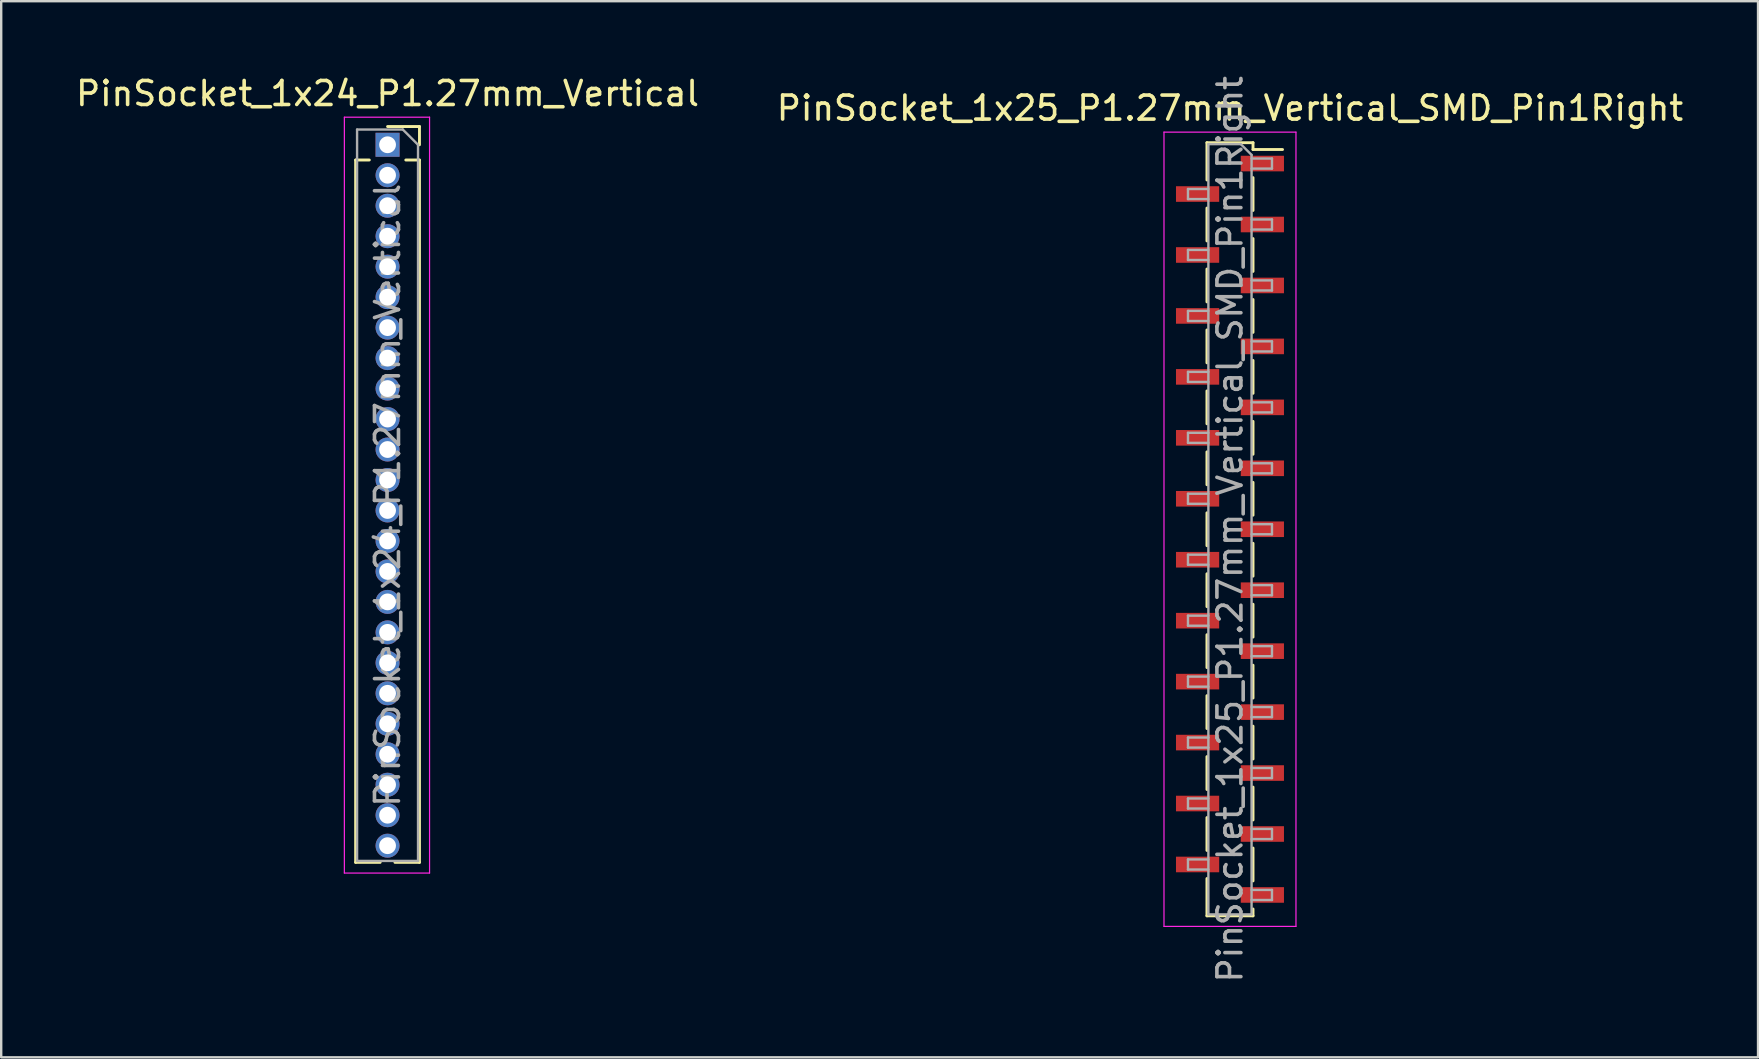
<source format=kicad_pcb>
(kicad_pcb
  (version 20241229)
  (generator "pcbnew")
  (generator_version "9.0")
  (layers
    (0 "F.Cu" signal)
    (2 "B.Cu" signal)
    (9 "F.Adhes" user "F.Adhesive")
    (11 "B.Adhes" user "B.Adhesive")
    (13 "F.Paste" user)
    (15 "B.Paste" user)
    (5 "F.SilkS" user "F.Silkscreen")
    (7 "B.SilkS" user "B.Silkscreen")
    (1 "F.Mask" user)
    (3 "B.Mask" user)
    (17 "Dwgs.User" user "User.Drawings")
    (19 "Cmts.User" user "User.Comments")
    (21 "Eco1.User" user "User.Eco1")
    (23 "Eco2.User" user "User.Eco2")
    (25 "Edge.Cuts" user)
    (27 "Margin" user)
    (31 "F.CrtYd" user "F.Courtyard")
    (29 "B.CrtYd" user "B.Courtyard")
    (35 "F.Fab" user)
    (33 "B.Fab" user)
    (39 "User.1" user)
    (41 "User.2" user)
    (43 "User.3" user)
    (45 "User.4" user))
  (footprint "PinSocket_1x24_P1.27mm_Vertical"
    (layer "F.Cu")
    (at 13.101 2.983)
    (property "Reference" "PinSocket_1x24_P1.27mm_Vertical" (at 0 -2.135 0) (layer "F.SilkS") (effects (font (size 1 1) (thickness 0.15))))
    (attr through_hole)
    (fp_line (start -1.33 0.635) (end -1.33 29.905) (stroke (width 0.12) (type solid)) (layer "F.SilkS"))
    (fp_line (start -1.33 0.635) (end -0.76 0.635) (stroke (width 0.12) (type solid)) (layer "F.SilkS"))
    (fp_line (start -1.33 29.905) (end -0.308 29.905) (stroke (width 0.12) (type solid)) (layer "F.SilkS"))
    (fp_line (start 0 -0.76) (end 1.33 -0.76) (stroke (width 0.12) (type solid)) (layer "F.SilkS"))
    (fp_line (start 0.308 29.905) (end 1.33 29.905) (stroke (width 0.12) (type solid)) (layer "F.SilkS"))
    (fp_line (start 0.76 0.635) (end 1.33 0.635) (stroke (width 0.12) (type solid)) (layer "F.SilkS"))
    (fp_line (start 1.33 -0.76) (end 1.33 0) (stroke (width 0.12) (type solid)) (layer "F.SilkS"))
    (fp_line (start 1.33 0.635) (end 1.33 29.905) (stroke (width 0.12) (type solid)) (layer "F.SilkS"))
    (fp_line (start -1.8 -1.15) (end 1.75 -1.15) (stroke (width 0.05) (type solid)) (layer "F.CrtYd"))
    (fp_line (start -1.8 30.35) (end -1.8 -1.15) (stroke (width 0.05) (type solid)) (layer "F.CrtYd"))
    (fp_line (start 1.75 -1.15) (end 1.75 30.35) (stroke (width 0.05) (type solid)) (layer "F.CrtYd"))
    (fp_line (start 1.75 30.35) (end -1.8 30.35) (stroke (width 0.05) (type solid)) (layer "F.CrtYd"))
    (fp_line (start -1.27 -0.635) (end 0.635 -0.635) (stroke (width 0.1) (type solid)) (layer "F.Fab"))
    (fp_line (start -1.27 29.845) (end -1.27 -0.635) (stroke (width 0.1) (type solid)) (layer "F.Fab"))
    (fp_line (start 0.635 -0.635) (end 1.27 0) (stroke (width 0.1) (type solid)) (layer "F.Fab"))
    (fp_line (start 1.27 0) (end 1.27 29.845) (stroke (width 0.1) (type solid)) (layer "F.Fab"))
    (fp_line (start 1.27 29.845) (end -1.27 29.845) (stroke (width 0.1) (type solid)) (layer "F.Fab"))
    (fp_text user "${REFERENCE}" (at 0 14.605 90) (layer "F.Fab") (effects (font (size 1 1) (thickness 0.15))))
    (pad "1" thru_hole rect (at 0 0) (size 1 1) (drill 0.7) (layers "*.Cu" "*.Mask"))
    (pad "2" thru_hole oval (at 0 1.27) (size 1 1) (drill 0.7) (layers "*.Cu" "*.Mask"))
    (pad "3" thru_hole oval (at 0 2.54) (size 1 1) (drill 0.7) (layers "*.Cu" "*.Mask"))
    (pad "4" thru_hole oval (at 0 3.81) (size 1 1) (drill 0.7) (layers "*.Cu" "*.Mask"))
    (pad "5" thru_hole oval (at 0 5.08) (size 1 1) (drill 0.7) (layers "*.Cu" "*.Mask"))
    (pad "6" thru_hole oval (at 0 6.35) (size 1 1) (drill 0.7) (layers "*.Cu" "*.Mask"))
    (pad "7" thru_hole oval (at 0 7.62) (size 1 1) (drill 0.7) (layers "*.Cu" "*.Mask"))
    (pad "8" thru_hole oval (at 0 8.89) (size 1 1) (drill 0.7) (layers "*.Cu" "*.Mask"))
    (pad "9" thru_hole oval (at 0 10.16) (size 1 1) (drill 0.7) (layers "*.Cu" "*.Mask"))
    (pad "10" thru_hole oval (at 0 11.43) (size 1 1) (drill 0.7) (layers "*.Cu" "*.Mask"))
    (pad "11" thru_hole oval (at 0 12.7) (size 1 1) (drill 0.7) (layers "*.Cu" "*.Mask"))
    (pad "12" thru_hole oval (at 0 13.97) (size 1 1) (drill 0.7) (layers "*.Cu" "*.Mask"))
    (pad "13" thru_hole oval (at 0 15.24) (size 1 1) (drill 0.7) (layers "*.Cu" "*.Mask"))
    (pad "14" thru_hole oval (at 0 16.51) (size 1 1) (drill 0.7) (layers "*.Cu" "*.Mask"))
    (pad "15" thru_hole oval (at 0 17.78) (size 1 1) (drill 0.7) (layers "*.Cu" "*.Mask"))
    (pad "16" thru_hole oval (at 0 19.05) (size 1 1) (drill 0.7) (layers "*.Cu" "*.Mask"))
    (pad "17" thru_hole oval (at 0 20.32) (size 1 1) (drill 0.7) (layers "*.Cu" "*.Mask"))
    (pad "18" thru_hole oval (at 0 21.59) (size 1 1) (drill 0.7) (layers "*.Cu" "*.Mask"))
    (pad "19" thru_hole oval (at 0 22.86) (size 1 1) (drill 0.7) (layers "*.Cu" "*.Mask"))
    (pad "20" thru_hole oval (at 0 24.13) (size 1 1) (drill 0.7) (layers "*.Cu" "*.Mask"))
    (pad "21" thru_hole oval (at 0 25.4) (size 1 1) (drill 0.7) (layers "*.Cu" "*.Mask"))
    (pad "22" thru_hole oval (at 0 26.67) (size 1 1) (drill 0.7) (layers "*.Cu" "*.Mask"))
    (pad "23" thru_hole oval (at 0 27.94) (size 1 1) (drill 0.7) (layers "*.Cu" "*.Mask"))
    (pad "24" thru_hole oval (at 0 29.21) (size 1 1) (drill 0.7) (layers "*.Cu" "*.Mask")))
  (footprint "PinSocket_1x25_P1.27mm_Vertical_SMD_Pin1Right"
    (layer "F.Cu")
    (at 48.208 19.006)
    (property "Reference" "PinSocket_1x25_P1.27mm_Vertical_SMD_Pin1Right" (at 0 -17.55 0) (layer "F.SilkS") (effects (font (size 1 1) (thickness 0.15))))
    (attr smd)
    (fp_line (start -0.96 -16.11) (end -0.96 -14.555) (stroke (width 0.12) (type solid)) (layer "F.SilkS"))
    (fp_line (start -0.96 -16.11) (end 0.96 -16.11) (stroke (width 0.12) (type solid)) (layer "F.SilkS"))
    (fp_line (start -0.96 -13.385) (end -0.96 -12.015) (stroke (width 0.12) (type solid)) (layer "F.SilkS"))
    (fp_line (start -0.96 -10.845) (end -0.96 -9.475) (stroke (width 0.12) (type solid)) (layer "F.SilkS"))
    (fp_line (start -0.96 -8.305) (end -0.96 -6.935) (stroke (width 0.12) (type solid)) (layer "F.SilkS"))
    (fp_line (start -0.96 -5.765) (end -0.96 -4.395) (stroke (width 0.12) (type solid)) (layer "F.SilkS"))
    (fp_line (start -0.96 -3.225) (end -0.96 -1.855) (stroke (width 0.12) (type solid)) (layer "F.SilkS"))
    (fp_line (start -0.96 -0.685) (end -0.96 0.685) (stroke (width 0.12) (type solid)) (layer "F.SilkS"))
    (fp_line (start -0.96 1.855) (end -0.96 3.225) (stroke (width 0.12) (type solid)) (layer "F.SilkS"))
    (fp_line (start -0.96 4.395) (end -0.96 5.765) (stroke (width 0.12) (type solid)) (layer "F.SilkS"))
    (fp_line (start -0.96 6.935) (end -0.96 8.305) (stroke (width 0.12) (type solid)) (layer "F.SilkS"))
    (fp_line (start -0.96 9.475) (end -0.96 10.845) (stroke (width 0.12) (type solid)) (layer "F.SilkS"))
    (fp_line (start -0.96 12.015) (end -0.96 13.385) (stroke (width 0.12) (type solid)) (layer "F.SilkS"))
    (fp_line (start -0.96 14.555) (end -0.96 16.11) (stroke (width 0.12) (type solid)) (layer "F.SilkS"))
    (fp_line (start -0.96 16.11) (end 0.96 16.11) (stroke (width 0.12) (type solid)) (layer "F.SilkS"))
    (fp_line (start 0.96 -16.11) (end 0.96 -15.825) (stroke (width 0.12) (type solid)) (layer "F.SilkS"))
    (fp_line (start 0.96 -15.825) (end 2.19 -15.825) (stroke (width 0.12) (type solid)) (layer "F.SilkS"))
    (fp_line (start 0.96 -14.655) (end 0.96 -13.285) (stroke (width 0.12) (type solid)) (layer "F.SilkS"))
    (fp_line (start 0.96 -12.115) (end 0.96 -10.745) (stroke (width 0.12) (type solid)) (layer "F.SilkS"))
    (fp_line (start 0.96 -9.575) (end 0.96 -8.205) (stroke (width 0.12) (type solid)) (layer "F.SilkS"))
    (fp_line (start 0.96 -7.035) (end 0.96 -5.665) (stroke (width 0.12) (type solid)) (layer "F.SilkS"))
    (fp_line (start 0.96 -4.495) (end 0.96 -3.125) (stroke (width 0.12) (type solid)) (layer "F.SilkS"))
    (fp_line (start 0.96 -1.955) (end 0.96 -0.585) (stroke (width 0.12) (type solid)) (layer "F.SilkS"))
    (fp_line (start 0.96 0.585) (end 0.96 1.955) (stroke (width 0.12) (type solid)) (layer "F.SilkS"))
    (fp_line (start 0.96 3.125) (end 0.96 4.495) (stroke (width 0.12) (type solid)) (layer "F.SilkS"))
    (fp_line (start 0.96 5.665) (end 0.96 7.035) (stroke (width 0.12) (type solid)) (layer "F.SilkS"))
    (fp_line (start 0.96 8.205) (end 0.96 9.575) (stroke (width 0.12) (type solid)) (layer "F.SilkS"))
    (fp_line (start 0.96 10.745) (end 0.96 12.115) (stroke (width 0.12) (type solid)) (layer "F.SilkS"))
    (fp_line (start 0.96 13.285) (end 0.96 14.655) (stroke (width 0.12) (type solid)) (layer "F.SilkS"))
    (fp_line (start 0.96 15.825) (end 0.96 16.11) (stroke (width 0.12) (type solid)) (layer "F.SilkS"))
    (fp_line (start -2.75 -16.55) (end 2.75 -16.55) (stroke (width 0.05) (type solid)) (layer "F.CrtYd"))
    (fp_line (start -2.75 16.55) (end -2.75 -16.55) (stroke (width 0.05) (type solid)) (layer "F.CrtYd"))
    (fp_line (start 2.75 -16.55) (end 2.75 16.55) (stroke (width 0.05) (type solid)) (layer "F.CrtYd"))
    (fp_line (start 2.75 16.55) (end -2.75 16.55) (stroke (width 0.05) (type solid)) (layer "F.CrtYd"))
    (fp_line (start -1.75 -14.18) (end -0.9 -14.18) (stroke (width 0.1) (type solid)) (layer "F.Fab"))
    (fp_line (start -1.75 -13.76) (end -1.75 -14.18) (stroke (width 0.1) (type solid)) (layer "F.Fab"))
    (fp_line (start -1.75 -11.64) (end -0.9 -11.64) (stroke (width 0.1) (type solid)) (layer "F.Fab"))
    (fp_line (start -1.75 -11.22) (end -1.75 -11.64) (stroke (width 0.1) (type solid)) (layer "F.Fab"))
    (fp_line (start -1.75 -9.1) (end -0.9 -9.1) (stroke (width 0.1) (type solid)) (layer "F.Fab"))
    (fp_line (start -1.75 -8.68) (end -1.75 -9.1) (stroke (width 0.1) (type solid)) (layer "F.Fab"))
    (fp_line (start -1.75 -6.56) (end -0.9 -6.56) (stroke (width 0.1) (type solid)) (layer "F.Fab"))
    (fp_line (start -1.75 -6.14) (end -1.75 -6.56) (stroke (width 0.1) (type solid)) (layer "F.Fab"))
    (fp_line (start -1.75 -4.02) (end -0.9 -4.02) (stroke (width 0.1) (type solid)) (layer "F.Fab"))
    (fp_line (start -1.75 -3.6) (end -1.75 -4.02) (stroke (width 0.1) (type solid)) (layer "F.Fab"))
    (fp_line (start -1.75 -1.48) (end -0.9 -1.48) (stroke (width 0.1) (type solid)) (layer "F.Fab"))
    (fp_line (start -1.75 -1.06) (end -1.75 -1.48) (stroke (width 0.1) (type solid)) (layer "F.Fab"))
    (fp_line (start -1.75 1.06) (end -0.9 1.06) (stroke (width 0.1) (type solid)) (layer "F.Fab"))
    (fp_line (start -1.75 1.48) (end -1.75 1.06) (stroke (width 0.1) (type solid)) (layer "F.Fab"))
    (fp_line (start -1.75 3.6) (end -0.9 3.6) (stroke (width 0.1) (type solid)) (layer "F.Fab"))
    (fp_line (start -1.75 4.02) (end -1.75 3.6) (stroke (width 0.1) (type solid)) (layer "F.Fab"))
    (fp_line (start -1.75 6.14) (end -0.9 6.14) (stroke (width 0.1) (type solid)) (layer "F.Fab"))
    (fp_line (start -1.75 6.56) (end -1.75 6.14) (stroke (width 0.1) (type solid)) (layer "F.Fab"))
    (fp_line (start -1.75 8.68) (end -0.9 8.68) (stroke (width 0.1) (type solid)) (layer "F.Fab"))
    (fp_line (start -1.75 9.1) (end -1.75 8.68) (stroke (width 0.1) (type solid)) (layer "F.Fab"))
    (fp_line (start -1.75 11.22) (end -0.9 11.22) (stroke (width 0.1) (type solid)) (layer "F.Fab"))
    (fp_line (start -1.75 11.64) (end -1.75 11.22) (stroke (width 0.1) (type solid)) (layer "F.Fab"))
    (fp_line (start -1.75 13.76) (end -0.9 13.76) (stroke (width 0.1) (type solid)) (layer "F.Fab"))
    (fp_line (start -1.75 14.18) (end -1.75 13.76) (stroke (width 0.1) (type solid)) (layer "F.Fab"))
    (fp_line (start -0.9 -16.05) (end 0.45 -16.05) (stroke (width 0.1) (type solid)) (layer "F.Fab"))
    (fp_line (start -0.9 -13.76) (end -1.75 -13.76) (stroke (width 0.1) (type solid)) (layer "F.Fab"))
    (fp_line (start -0.9 -11.22) (end -1.75 -11.22) (stroke (width 0.1) (type solid)) (layer "F.Fab"))
    (fp_line (start -0.9 -8.68) (end -1.75 -8.68) (stroke (width 0.1) (type solid)) (layer "F.Fab"))
    (fp_line (start -0.9 -6.14) (end -1.75 -6.14) (stroke (width 0.1) (type solid)) (layer "F.Fab"))
    (fp_line (start -0.9 -3.6) (end -1.75 -3.6) (stroke (width 0.1) (type solid)) (layer "F.Fab"))
    (fp_line (start -0.9 -1.06) (end -1.75 -1.06) (stroke (width 0.1) (type solid)) (layer "F.Fab"))
    (fp_line (start -0.9 1.48) (end -1.75 1.48) (stroke (width 0.1) (type solid)) (layer "F.Fab"))
    (fp_line (start -0.9 4.02) (end -1.75 4.02) (stroke (width 0.1) (type solid)) (layer "F.Fab"))
    (fp_line (start -0.9 6.56) (end -1.75 6.56) (stroke (width 0.1) (type solid)) (layer "F.Fab"))
    (fp_line (start -0.9 9.1) (end -1.75 9.1) (stroke (width 0.1) (type solid)) (layer "F.Fab"))
    (fp_line (start -0.9 11.64) (end -1.75 11.64) (stroke (width 0.1) (type solid)) (layer "F.Fab"))
    (fp_line (start -0.9 14.18) (end -1.75 14.18) (stroke (width 0.1) (type solid)) (layer "F.Fab"))
    (fp_line (start -0.9 16.05) (end -0.9 -16.05) (stroke (width 0.1) (type solid)) (layer "F.Fab"))
    (fp_line (start 0.45 -16.05) (end 0.9 -15.6) (stroke (width 0.1) (type solid)) (layer "F.Fab"))
    (fp_line (start 0.9 -15.6) (end 0.9 16.05) (stroke (width 0.1) (type solid)) (layer "F.Fab"))
    (fp_line (start 0.9 -15.45) (end 1.75 -15.45) (stroke (width 0.1) (type solid)) (layer "F.Fab"))
    (fp_line (start 0.9 -12.91) (end 1.75 -12.91) (stroke (width 0.1) (type solid)) (layer "F.Fab"))
    (fp_line (start 0.9 -10.37) (end 1.75 -10.37) (stroke (width 0.1) (type solid)) (layer "F.Fab"))
    (fp_line (start 0.9 -7.83) (end 1.75 -7.83) (stroke (width 0.1) (type solid)) (layer "F.Fab"))
    (fp_line (start 0.9 -5.29) (end 1.75 -5.29) (stroke (width 0.1) (type solid)) (layer "F.Fab"))
    (fp_line (start 0.9 -2.75) (end 1.75 -2.75) (stroke (width 0.1) (type solid)) (layer "F.Fab"))
    (fp_line (start 0.9 -0.21) (end 1.75 -0.21) (stroke (width 0.1) (type solid)) (layer "F.Fab"))
    (fp_line (start 0.9 2.33) (end 1.75 2.33) (stroke (width 0.1) (type solid)) (layer "F.Fab"))
    (fp_line (start 0.9 4.87) (end 1.75 4.87) (stroke (width 0.1) (type solid)) (layer "F.Fab"))
    (fp_line (start 0.9 7.41) (end 1.75 7.41) (stroke (width 0.1) (type solid)) (layer "F.Fab"))
    (fp_line (start 0.9 9.95) (end 1.75 9.95) (stroke (width 0.1) (type solid)) (layer "F.Fab"))
    (fp_line (start 0.9 12.49) (end 1.75 12.49) (stroke (width 0.1) (type solid)) (layer "F.Fab"))
    (fp_line (start 0.9 15.03) (end 1.75 15.03) (stroke (width 0.1) (type solid)) (layer "F.Fab"))
    (fp_line (start 0.9 16.05) (end -0.9 16.05) (stroke (width 0.1) (type solid)) (layer "F.Fab"))
    (fp_line (start 1.75 -15.45) (end 1.75 -15.03) (stroke (width 0.1) (type solid)) (layer "F.Fab"))
    (fp_line (start 1.75 -15.03) (end 0.9 -15.03) (stroke (width 0.1) (type solid)) (layer "F.Fab"))
    (fp_line (start 1.75 -12.91) (end 1.75 -12.49) (stroke (width 0.1) (type solid)) (layer "F.Fab"))
    (fp_line (start 1.75 -12.49) (end 0.9 -12.49) (stroke (width 0.1) (type solid)) (layer "F.Fab"))
    (fp_line (start 1.75 -10.37) (end 1.75 -9.95) (stroke (width 0.1) (type solid)) (layer "F.Fab"))
    (fp_line (start 1.75 -9.95) (end 0.9 -9.95) (stroke (width 0.1) (type solid)) (layer "F.Fab"))
    (fp_line (start 1.75 -7.83) (end 1.75 -7.41) (stroke (width 0.1) (type solid)) (layer "F.Fab"))
    (fp_line (start 1.75 -7.41) (end 0.9 -7.41) (stroke (width 0.1) (type solid)) (layer "F.Fab"))
    (fp_line (start 1.75 -5.29) (end 1.75 -4.87) (stroke (width 0.1) (type solid)) (layer "F.Fab"))
    (fp_line (start 1.75 -4.87) (end 0.9 -4.87) (stroke (width 0.1) (type solid)) (layer "F.Fab"))
    (fp_line (start 1.75 -2.75) (end 1.75 -2.33) (stroke (width 0.1) (type solid)) (layer "F.Fab"))
    (fp_line (start 1.75 -2.33) (end 0.9 -2.33) (stroke (width 0.1) (type solid)) (layer "F.Fab"))
    (fp_line (start 1.75 -0.21) (end 1.75 0.21) (stroke (width 0.1) (type solid)) (layer "F.Fab"))
    (fp_line (start 1.75 0.21) (end 0.9 0.21) (stroke (width 0.1) (type solid)) (layer "F.Fab"))
    (fp_line (start 1.75 2.33) (end 1.75 2.75) (stroke (width 0.1) (type solid)) (layer "F.Fab"))
    (fp_line (start 1.75 2.75) (end 0.9 2.75) (stroke (width 0.1) (type solid)) (layer "F.Fab"))
    (fp_line (start 1.75 4.87) (end 1.75 5.29) (stroke (width 0.1) (type solid)) (layer "F.Fab"))
    (fp_line (start 1.75 5.29) (end 0.9 5.29) (stroke (width 0.1) (type solid)) (layer "F.Fab"))
    (fp_line (start 1.75 7.41) (end 1.75 7.83) (stroke (width 0.1) (type solid)) (layer "F.Fab"))
    (fp_line (start 1.75 7.83) (end 0.9 7.83) (stroke (width 0.1) (type solid)) (layer "F.Fab"))
    (fp_line (start 1.75 9.95) (end 1.75 10.37) (stroke (width 0.1) (type solid)) (layer "F.Fab"))
    (fp_line (start 1.75 10.37) (end 0.9 10.37) (stroke (width 0.1) (type solid)) (layer "F.Fab"))
    (fp_line (start 1.75 12.49) (end 1.75 12.91) (stroke (width 0.1) (type solid)) (layer "F.Fab"))
    (fp_line (start 1.75 12.91) (end 0.9 12.91) (stroke (width 0.1) (type solid)) (layer "F.Fab"))
    (fp_line (start 1.75 15.03) (end 1.75 15.45) (stroke (width 0.1) (type solid)) (layer "F.Fab"))
    (fp_line (start 1.75 15.45) (end 0.9 15.45) (stroke (width 0.1) (type solid)) (layer "F.Fab"))
    (fp_text user "${REFERENCE}" (at 0 0 90) (layer "F.Fab") (effects (font (size 1 1) (thickness 0.15))))
    (pad "1" smd rect (at 1.35 -15.24) (size 1.8 0.65) (layers "F.Cu" "F.Mask" "F.Paste"))
    (pad "2" smd rect (at -1.35 -13.97) (size 1.8 0.65) (layers "F.Cu" "F.Mask" "F.Paste"))
    (pad "3" smd rect (at 1.35 -12.7) (size 1.8 0.65) (layers "F.Cu" "F.Mask" "F.Paste"))
    (pad "4" smd rect (at -1.35 -11.43) (size 1.8 0.65) (layers "F.Cu" "F.Mask" "F.Paste"))
    (pad "5" smd rect (at 1.35 -10.16) (size 1.8 0.65) (layers "F.Cu" "F.Mask" "F.Paste"))
    (pad "6" smd rect (at -1.35 -8.89) (size 1.8 0.65) (layers "F.Cu" "F.Mask" "F.Paste"))
    (pad "7" smd rect (at 1.35 -7.62) (size 1.8 0.65) (layers "F.Cu" "F.Mask" "F.Paste"))
    (pad "8" smd rect (at -1.35 -6.35) (size 1.8 0.65) (layers "F.Cu" "F.Mask" "F.Paste"))
    (pad "9" smd rect (at 1.35 -5.08) (size 1.8 0.65) (layers "F.Cu" "F.Mask" "F.Paste"))
    (pad "10" smd rect (at -1.35 -3.81) (size 1.8 0.65) (layers "F.Cu" "F.Mask" "F.Paste"))
    (pad "11" smd rect (at 1.35 -2.54) (size 1.8 0.65) (layers "F.Cu" "F.Mask" "F.Paste"))
    (pad "12" smd rect (at -1.35 -1.27) (size 1.8 0.65) (layers "F.Cu" "F.Mask" "F.Paste"))
    (pad "13" smd rect (at 1.35 0) (size 1.8 0.65) (layers "F.Cu" "F.Mask" "F.Paste"))
    (pad "14" smd rect (at -1.35 1.27) (size 1.8 0.65) (layers "F.Cu" "F.Mask" "F.Paste"))
    (pad "15" smd rect (at 1.35 2.54) (size 1.8 0.65) (layers "F.Cu" "F.Mask" "F.Paste"))
    (pad "16" smd rect (at -1.35 3.81) (size 1.8 0.65) (layers "F.Cu" "F.Mask" "F.Paste"))
    (pad "17" smd rect (at 1.35 5.08) (size 1.8 0.65) (layers "F.Cu" "F.Mask" "F.Paste"))
    (pad "18" smd rect (at -1.35 6.35) (size 1.8 0.65) (layers "F.Cu" "F.Mask" "F.Paste"))
    (pad "19" smd rect (at 1.35 7.62) (size 1.8 0.65) (layers "F.Cu" "F.Mask" "F.Paste"))
    (pad "20" smd rect (at -1.35 8.89) (size 1.8 0.65) (layers "F.Cu" "F.Mask" "F.Paste"))
    (pad "21" smd rect (at 1.35 10.16) (size 1.8 0.65) (layers "F.Cu" "F.Mask" "F.Paste"))
    (pad "22" smd rect (at -1.35 11.43) (size 1.8 0.65) (layers "F.Cu" "F.Mask" "F.Paste"))
    (pad "23" smd rect (at 1.35 12.7) (size 1.8 0.65) (layers "F.Cu" "F.Mask" "F.Paste"))
    (pad "24" smd rect (at -1.35 13.97) (size 1.8 0.65) (layers "F.Cu" "F.Mask" "F.Paste"))
    (pad "25" smd rect (at 1.35 15.24) (size 1.8 0.65) (layers "F.Cu" "F.Mask" "F.Paste")))
  (gr_rect
    (start -3 -3)
    (end 70.214 41.012)
    (stroke (width 0.1) (type default))
    (fill no)
    (layer "Edge.Cuts")))
</source>
